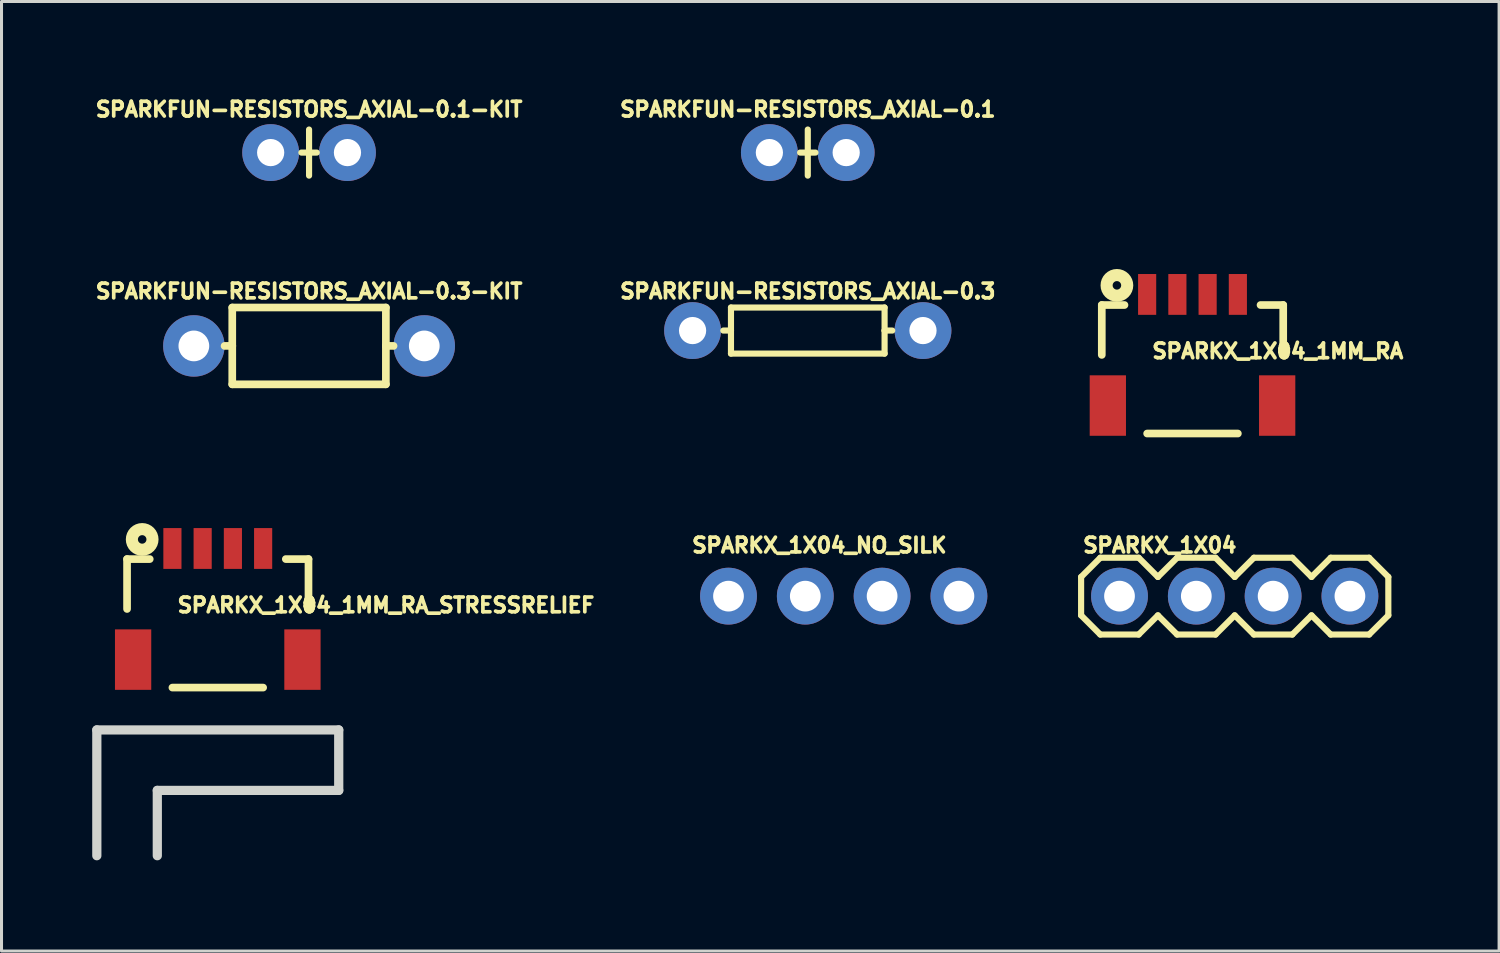
<source format=kicad_pcb>
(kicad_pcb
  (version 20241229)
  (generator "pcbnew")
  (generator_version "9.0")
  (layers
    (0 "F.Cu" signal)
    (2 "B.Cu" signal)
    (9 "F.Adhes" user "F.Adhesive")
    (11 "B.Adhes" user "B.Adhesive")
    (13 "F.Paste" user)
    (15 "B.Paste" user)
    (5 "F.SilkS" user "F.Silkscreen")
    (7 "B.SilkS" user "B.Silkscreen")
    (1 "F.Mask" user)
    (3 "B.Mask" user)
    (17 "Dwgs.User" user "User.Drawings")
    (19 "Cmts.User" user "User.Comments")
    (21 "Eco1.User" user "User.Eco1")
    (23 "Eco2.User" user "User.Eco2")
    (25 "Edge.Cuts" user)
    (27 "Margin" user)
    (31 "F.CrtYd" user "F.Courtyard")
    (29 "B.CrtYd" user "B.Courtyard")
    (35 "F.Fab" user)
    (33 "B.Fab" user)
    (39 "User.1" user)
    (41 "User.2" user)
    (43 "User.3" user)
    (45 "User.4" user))
  (footprint "SPARKFUN-RESISTORS_AXIAL-0.1"
    (layer "F.Cu")
    (at 23.664 1.996)
    (property "Reference" "SPARKFUN-RESISTORS_AXIAL-0.1" (at 0 -1.143 0) (unlocked yes) (layer "F.SilkS") (effects (font (size 0.488 0.488) (thickness 0.122)) (justify bottom)))
    (fp_line (start 0 0) (end -0.254 0) (stroke (width 0.203) (type solid)) (layer "F.SilkS"))
    (fp_line (start 0 0) (end 0 -0.762) (stroke (width 0.203) (type solid)) (layer "F.SilkS"))
    (fp_line (start 0 0.762) (end 0 0) (stroke (width 0.203) (type solid)) (layer "F.SilkS"))
    (fp_line (start 0.254 0) (end 0 0) (stroke (width 0.203) (type solid)) (layer "F.SilkS"))
    (pad "P$1" thru_hole circle (at -1.27 0) (size 1.88 1.88) (drill 0.9) (layers "*.Cu" "*.Mask"))
    (pad "P$2" thru_hole circle (at 1.27 0) (size 1.88 1.88) (drill 0.9) (layers "*.Cu" "*.Mask")))
  (footprint "SPARKX_1X04_1MM_RA"
    (layer "F.Cu")
    (at 36.387 6.687)
    (property "Reference" "SPARKX_1X04_1MM_RA" (at -1.397 2.159 0) (unlocked yes) (layer "F.SilkS") (effects (font (size 0.488 0.488) (thickness 0.122)) (justify left bottom)))
    (fp_line (start -3 0.35) (end -2.25 0.35) (stroke (width 0.254) (type solid)) (layer "F.SilkS"))
    (fp_line (start -3 2) (end -3 0.35) (stroke (width 0.254) (type solid)) (layer "F.SilkS"))
    (fp_line (start -1.5 4.6) (end 1.5 4.6) (stroke (width 0.254) (type solid)) (layer "F.SilkS"))
    (fp_line (start 2.25 0.35) (end 3 0.35) (stroke (width 0.254) (type solid)) (layer "F.SilkS"))
    (fp_line (start 3 0.35) (end 3 2) (stroke (width 0.254) (type solid)) (layer "F.SilkS"))
    (fp_circle (center -2.5 -0.3) (end -2.359 -0.3) (stroke (width 0.4) (type solid)) (fill no) (layer "F.SilkS"))
    (pad "1" smd rect (at -1.5 0) (size 0.6 1.35) (layers "F.Cu" "F.Mask" "F.Paste"))
    (pad "2" smd rect (at -0.5 0) (size 0.6 1.35) (layers "F.Cu" "F.Mask" "F.Paste"))
    (pad "3" smd rect (at 0.5 0) (size 0.6 1.35) (layers "F.Cu" "F.Mask" "F.Paste"))
    (pad "4" smd rect (at 1.5 0) (size 0.6 1.35) (layers "F.Cu" "F.Mask" "F.Paste"))
    (pad "NC1" smd rect (at 2.8 3.675) (size 1.2 2) (layers "F.Cu" "F.Mask" "F.Paste"))
    (pad "NC2" smd rect (at -2.8 3.675) (size 1.2 2) (layers "F.Cu" "F.Mask" "F.Paste")))
  (footprint "SPARKFUN-RESISTORS_AXIAL-0.1-KIT"
    (layer "F.Cu")
    (at 7.171 1.996)
    (property "Reference" "SPARKFUN-RESISTORS_AXIAL-0.1-KIT" (at 0 -1.143 0) (unlocked yes) (layer "F.SilkS") (effects (font (size 0.488 0.488) (thickness 0.122)) (justify bottom)))
    (fp_circle (center -1.27 0) (end -1.041 0) (stroke (width 0.457) (type solid)) (fill yes) (layer "F.Mask"))
    (fp_circle (center -1.27 0) (end -1.041 0) (stroke (width 0.457) (type solid)) (fill yes) (layer "F.Mask"))
    (fp_circle (center 1.27 0) (end 1.499 0) (stroke (width 0.457) (type solid)) (fill yes) (layer "F.Mask"))
    (fp_circle (center -1.27 0) (end -0.762 0) (stroke (width 1.016) (type solid)) (fill yes) (layer "B.Mask"))
    (fp_circle (center 1.27 0) (end 1.778 0) (stroke (width 1.016) (type solid)) (fill yes) (layer "B.Mask"))
    (fp_line (start 0 0) (end -0.254 0) (stroke (width 0.203) (type solid)) (layer "F.SilkS"))
    (fp_line (start 0 0) (end 0 -0.762) (stroke (width 0.203) (type solid)) (layer "F.SilkS"))
    (fp_line (start 0 0.762) (end 0 0) (stroke (width 0.203) (type solid)) (layer "F.SilkS"))
    (fp_line (start 0.254 0) (end 0 0) (stroke (width 0.203) (type solid)) (layer "F.SilkS"))
    (pad "P$1" thru_hole circle (at -1.27 0) (size 1.88 1.88) (drill 0.9) (layers "*.Cu"))
    (pad "P$2" thru_hole circle (at 1.27 0) (size 1.88 1.88) (drill 0.9) (layers "*.Cu")))
  (footprint "SPARKX_1X04_1MM_RA_STRESSRELIEF"
    (layer "F.Cu")
    (at 4.152 15.089)
    (property "Reference" "SPARKX_1X04_1MM_RA_STRESSRELIEF" (at -1.397 2.159 0) (unlocked yes) (layer "F.SilkS") (effects (font (size 0.488 0.488) (thickness 0.122)) (justify left bottom)))
    (fp_line (start -3 0.35) (end -2.25 0.35) (stroke (width 0.254) (type solid)) (layer "F.SilkS"))
    (fp_line (start -3 2) (end -3 0.35) (stroke (width 0.254) (type solid)) (layer "F.SilkS"))
    (fp_line (start -1.5 4.6) (end 1.5 4.6) (stroke (width 0.254) (type solid)) (layer "F.SilkS"))
    (fp_line (start 2.25 0.35) (end 3 0.35) (stroke (width 0.254) (type solid)) (layer "F.SilkS"))
    (fp_line (start 3 0.35) (end 3 2) (stroke (width 0.254) (type solid)) (layer "F.SilkS"))
    (fp_circle (center -2.5 -0.3) (end -2.359 -0.3) (stroke (width 0.4) (type solid)) (fill no) (layer "F.SilkS"))
    (fp_line (start -4 6) (end -4 10.16) (stroke (width 0.305) (type solid)) (layer "Edge.Cuts"))
    (fp_line (start -2 8) (end 4 8) (stroke (width 0.305) (type solid)) (layer "Edge.Cuts"))
    (fp_line (start -2 10.16) (end -2 8) (stroke (width 0.305) (type solid)) (layer "Edge.Cuts"))
    (fp_line (start 4 6) (end -4 6) (stroke (width 0.305) (type solid)) (layer "Edge.Cuts"))
    (fp_line (start 4 8) (end 4 6) (stroke (width 0.305) (type solid)) (layer "Edge.Cuts"))
    (pad "1" smd rect (at -1.5 0) (size 0.6 1.35) (layers "F.Cu" "F.Mask" "F.Paste"))
    (pad "2" smd rect (at -0.5 0) (size 0.6 1.35) (layers "F.Cu" "F.Mask" "F.Paste"))
    (pad "3" smd rect (at 0.5 0) (size 0.6 1.35) (layers "F.Cu" "F.Mask" "F.Paste"))
    (pad "4" smd rect (at 1.5 0) (size 0.6 1.35) (layers "F.Cu" "F.Mask" "F.Paste"))
    (pad "NC1" smd rect (at 2.8 3.675) (size 1.2 2) (layers "F.Cu" "F.Mask" "F.Paste"))
    (pad "NC2" smd rect (at -2.8 3.675) (size 1.2 2) (layers "F.Cu" "F.Mask" "F.Paste")))
  (footprint "SPARKX_1X04_NO_SILK"
    (layer "F.Cu")
    (at 21.042 16.665)
    (property "Reference" "SPARKX_1X04_NO_SILK" (at -1.27 -1.397 0) (unlocked yes) (layer "F.SilkS") (effects (font (size 0.488 0.488) (thickness 0.122)) (justify left bottom)))
    (fp_poly (pts (xy -0.254 0.254) (xy 0.254 0.254) (xy 0.254 -0.254) (xy -0.254 -0.254)) (stroke (width 0.1) (type default)) (fill no) (layer "F.Fab"))
    (fp_poly (pts (xy 2.286 0.254) (xy 2.794 0.254) (xy 2.794 -0.254) (xy 2.286 -0.254)) (stroke (width 0.1) (type default)) (fill no) (layer "F.Fab"))
    (fp_poly (pts (xy 4.826 0.254) (xy 5.334 0.254) (xy 5.334 -0.254) (xy 4.826 -0.254)) (stroke (width 0.1) (type default)) (fill no) (layer "F.Fab"))
    (fp_poly (pts (xy 7.366 0.254) (xy 7.874 0.254) (xy 7.874 -0.254) (xy 7.366 -0.254)) (stroke (width 0.1) (type default)) (fill no) (layer "F.Fab"))
    (pad "1" thru_hole circle (at 0 0 90) (size 1.88 1.88) (drill 1.016) (layers "*.Cu" "*.Mask"))
    (pad "2" thru_hole circle (at 2.54 0 90) (size 1.88 1.88) (drill 1.016) (layers "*.Cu" "*.Mask"))
    (pad "3" thru_hole circle (at 5.08 0 90) (size 1.88 1.88) (drill 1.016) (layers "*.Cu" "*.Mask"))
    (pad "4" thru_hole circle (at 7.62 0 90) (size 1.88 1.88) (drill 1.016) (layers "*.Cu" "*.Mask")))
  (footprint "SPARKFUN-RESISTORS_AXIAL-0.3-KIT"
    (layer "F.Cu")
    (at 7.171 8.39)
    (property "Reference" "SPARKFUN-RESISTORS_AXIAL-0.3-KIT" (at 0 -1.524 0) (unlocked yes) (layer "F.SilkS") (effects (font (size 0.488 0.488) (thickness 0.122)) (justify bottom)))
    (fp_poly (pts (xy -3.651 -0.483) (xy -3.509 -0.408) (xy -3.393 -0.289) (xy -3.303 0.006) (xy -3.33 0.166) (xy -3.402 0.305) (xy -3.514 0.415) (xy -3.655 0.486) (xy -3.75 0.5) (xy -3.751 0.516) (xy -3.963 0.488) (xy -4.104 0.42) (xy -4.22 0.309) (xy -4.319 0.027) (xy -4.297 -0.139) (xy -4.227 -0.286) (xy -4.111 -0.408) (xy -3.815 -0.512)) (stroke (width 0) (type default)) (fill yes) (layer "F.Mask"))
    (fp_poly (pts (xy 3.977 -0.491) (xy 4.119 -0.416) (xy 4.234 -0.296) (xy 4.325 -0.002) (xy 4.298 0.158) (xy 4.225 0.298) (xy 4.113 0.408) (xy 3.973 0.478) (xy 3.878 0.492) (xy 3.876 0.509) (xy 3.664 0.48) (xy 3.524 0.413) (xy 3.407 0.301) (xy 3.308 0.019) (xy 3.33 -0.147) (xy 3.401 -0.294) (xy 3.516 -0.416) (xy 3.796 -0.514) (xy 3.818 -0.455) (xy 3.829 -0.517)) (stroke (width 0) (type default)) (fill yes) (layer "F.Mask"))
    (fp_poly (pts (xy 4.019 -1.001) (xy 4.211 -0.94) (xy 4.387 -0.842) (xy 4.541 -0.712) (xy 4.666 -0.555) (xy 4.759 -0.376) (xy 4.815 -0.182) (xy 4.826 -0.043) (xy 4.838 -0.042) (xy 4.831 0.019) (xy 4.836 0.078) (xy 4.825 0.079) (xy 4.81 0.214) (xy 4.751 0.401) (xy 4.657 0.573) (xy 4.531 0.723) (xy 4.377 0.846) (xy 4.203 0.937) (xy 4.015 0.992) (xy 3.881 1.003) (xy 3.881 1.014) (xy 3.82 1.009) (xy 3.76 1.014) (xy 3.759 1.003) (xy 3.624 0.992) (xy 3.435 0.937) (xy 3.26 0.847) (xy 3.106 0.724) (xy 2.978 0.573) (xy 2.882 0.397) (xy 2.801 0.019) (xy 2.819 -0.185) (xy 2.875 -0.378) (xy 2.968 -0.557) (xy 3.094 -0.714) (xy 3.248 -0.844) (xy 3.427 -0.943) (xy 3.815 -1.024)) (stroke (width 0) (type default)) (fill yes) (layer "B.Mask"))
    (fp_poly (pts (xy -3.609 -0.994) (xy -3.417 -0.932) (xy -3.241 -0.835) (xy -3.087 -0.705) (xy -2.961 -0.547) (xy -2.869 -0.368) (xy -2.813 -0.174) (xy -2.801 -0.035) (xy -2.79 -0.034) (xy -2.796 0.026) (xy -2.791 0.086) (xy -2.803 0.087) (xy -2.818 0.221) (xy -2.877 0.408) (xy -2.971 0.58) (xy -3.097 0.731) (xy -3.25 0.854) (xy -3.424 0.944) (xy -3.613 0.999) (xy -3.746 1.011) (xy -3.747 1.021) (xy -3.807 1.016) (xy -3.868 1.022) (xy -3.869 1.011) (xy -4.003 1) (xy -4.193 0.945) (xy -4.368 0.854) (xy -4.522 0.731) (xy -4.649 0.58) (xy -4.746 0.405) (xy -4.814 0.084) (xy -4.831 0.083) (xy -4.809 -0.177) (xy -4.753 -0.371) (xy -4.66 -0.549) (xy -4.534 -0.707) (xy -4.38 -0.836) (xy -4.2 -0.935) (xy -3.813 -1.017)) (stroke (width 0) (type default)) (fill yes) (layer "B.Mask"))
    (fp_line (start -2.54 -1.27) (end 2.54 -1.27) (stroke (width 0.254) (type solid)) (layer "F.SilkS"))
    (fp_line (start -2.54 0) (end -2.794 0) (stroke (width 0.254) (type solid)) (layer "F.SilkS"))
    (fp_line (start -2.54 0) (end -2.54 -1.27) (stroke (width 0.254) (type solid)) (layer "F.SilkS"))
    (fp_line (start -2.54 1.27) (end -2.54 0) (stroke (width 0.254) (type solid)) (layer "F.SilkS"))
    (fp_line (start 2.54 -1.27) (end 2.54 0) (stroke (width 0.254) (type solid)) (layer "F.SilkS"))
    (fp_line (start 2.54 0) (end 2.54 1.27) (stroke (width 0.254) (type solid)) (layer "F.SilkS"))
    (fp_line (start 2.54 0) (end 2.794 0) (stroke (width 0.254) (type solid)) (layer "F.SilkS"))
    (fp_line (start 2.54 1.27) (end -2.54 1.27) (stroke (width 0.254) (type solid)) (layer "F.SilkS"))
    (pad "P$1" thru_hole circle (at -3.81 0) (size 2.032 2.032) (drill 1.016) (layers "*.Cu"))
    (pad "P$2" thru_hole circle (at 3.81 0) (size 2.032 2.032) (drill 1.016) (layers "*.Cu")))
  (footprint "SPARKFUN-RESISTORS_AXIAL-0.3"
    (layer "F.Cu")
    (at 23.664 7.882)
    (property "Reference" "SPARKFUN-RESISTORS_AXIAL-0.3" (at 0 -1.016 0) (unlocked yes) (layer "F.SilkS") (effects (font (size 0.488 0.488) (thickness 0.122)) (justify bottom)))
    (fp_line (start -2.54 -0.762) (end 2.54 -0.762) (stroke (width 0.203) (type solid)) (layer "F.SilkS"))
    (fp_line (start -2.54 0) (end -2.794 0) (stroke (width 0.203) (type solid)) (layer "F.SilkS"))
    (fp_line (start -2.54 0) (end -2.54 -0.762) (stroke (width 0.203) (type solid)) (layer "F.SilkS"))
    (fp_line (start -2.54 0.762) (end -2.54 0) (stroke (width 0.203) (type solid)) (layer "F.SilkS"))
    (fp_line (start 2.54 -0.762) (end 2.54 0) (stroke (width 0.203) (type solid)) (layer "F.SilkS"))
    (fp_line (start 2.54 0) (end 2.54 0.762) (stroke (width 0.203) (type solid)) (layer "F.SilkS"))
    (fp_line (start 2.54 0) (end 2.794 0) (stroke (width 0.203) (type solid)) (layer "F.SilkS"))
    (fp_line (start 2.54 0.762) (end -2.54 0.762) (stroke (width 0.203) (type solid)) (layer "F.SilkS"))
    (pad "P$1" thru_hole circle (at -3.81 0) (size 1.88 1.88) (drill 0.9) (layers "*.Cu" "*.Mask"))
    (pad "P$2" thru_hole circle (at 3.81 0) (size 1.88 1.88) (drill 0.9) (layers "*.Cu" "*.Mask")))
  (footprint "SPARKX_1X04"
    (layer "F.Cu")
    (at 33.973 16.665)
    (property "Reference" "SPARKX_1X04" (at -1.27 -1.397 0) (unlocked yes) (layer "F.SilkS") (effects (font (size 0.488 0.488) (thickness 0.122)) (justify left bottom)))
    (fp_line (start -1.27 -0.635) (end -1.27 0.635) (stroke (width 0.203) (type solid)) (layer "F.SilkS"))
    (fp_line (start -1.27 0.635) (end -0.635 1.27) (stroke (width 0.203) (type solid)) (layer "F.SilkS"))
    (fp_line (start -0.635 -1.27) (end -1.27 -0.635) (stroke (width 0.203) (type solid)) (layer "F.SilkS"))
    (fp_line (start -0.635 -1.27) (end 0.635 -1.27) (stroke (width 0.203) (type solid)) (layer "F.SilkS"))
    (fp_line (start 0.635 -1.27) (end 1.27 -0.635) (stroke (width 0.203) (type solid)) (layer "F.SilkS"))
    (fp_line (start 0.635 1.27) (end -0.635 1.27) (stroke (width 0.203) (type solid)) (layer "F.SilkS"))
    (fp_line (start 1.27 -0.635) (end 1.905 -1.27) (stroke (width 0.203) (type solid)) (layer "F.SilkS"))
    (fp_line (start 1.27 0.635) (end 0.635 1.27) (stroke (width 0.203) (type solid)) (layer "F.SilkS"))
    (fp_line (start 1.905 -1.27) (end 3.175 -1.27) (stroke (width 0.203) (type solid)) (layer "F.SilkS"))
    (fp_line (start 1.905 1.27) (end 1.27 0.635) (stroke (width 0.203) (type solid)) (layer "F.SilkS"))
    (fp_line (start 3.175 -1.27) (end 3.81 -0.635) (stroke (width 0.203) (type solid)) (layer "F.SilkS"))
    (fp_line (start 3.175 1.27) (end 1.905 1.27) (stroke (width 0.203) (type solid)) (layer "F.SilkS"))
    (fp_line (start 3.81 -0.635) (end 4.445 -1.27) (stroke (width 0.203) (type solid)) (layer "F.SilkS"))
    (fp_line (start 3.81 0.635) (end 3.175 1.27) (stroke (width 0.203) (type solid)) (layer "F.SilkS"))
    (fp_line (start 4.445 -1.27) (end 5.715 -1.27) (stroke (width 0.203) (type solid)) (layer "F.SilkS"))
    (fp_line (start 4.445 1.27) (end 3.81 0.635) (stroke (width 0.203) (type solid)) (layer "F.SilkS"))
    (fp_line (start 5.715 -1.27) (end 6.35 -0.635) (stroke (width 0.203) (type solid)) (layer "F.SilkS"))
    (fp_line (start 5.715 1.27) (end 4.445 1.27) (stroke (width 0.203) (type solid)) (layer "F.SilkS"))
    (fp_line (start 6.35 0.635) (end 5.715 1.27) (stroke (width 0.203) (type solid)) (layer "F.SilkS"))
    (fp_line (start 6.35 0.635) (end 6.985 1.27) (stroke (width 0.203) (type solid)) (layer "F.SilkS"))
    (fp_line (start 6.985 -1.27) (end 6.35 -0.635) (stroke (width 0.203) (type solid)) (layer "F.SilkS"))
    (fp_line (start 6.985 -1.27) (end 8.255 -1.27) (stroke (width 0.203) (type solid)) (layer "F.SilkS"))
    (fp_line (start 8.255 -1.27) (end 8.89 -0.635) (stroke (width 0.203) (type solid)) (layer "F.SilkS"))
    (fp_line (start 8.255 1.27) (end 6.985 1.27) (stroke (width 0.203) (type solid)) (layer "F.SilkS"))
    (fp_line (start 8.89 -0.635) (end 8.89 0.635) (stroke (width 0.203) (type solid)) (layer "F.SilkS"))
    (fp_line (start 8.89 0.635) (end 8.255 1.27) (stroke (width 0.203) (type solid)) (layer "F.SilkS"))
    (fp_poly (pts (xy -0.254 0.254) (xy 0.254 0.254) (xy 0.254 -0.254) (xy -0.254 -0.254)) (stroke (width 0.1) (type default)) (fill no) (layer "F.Fab"))
    (fp_poly (pts (xy 2.286 0.254) (xy 2.794 0.254) (xy 2.794 -0.254) (xy 2.286 -0.254)) (stroke (width 0.1) (type default)) (fill no) (layer "F.Fab"))
    (fp_poly (pts (xy 4.826 0.254) (xy 5.334 0.254) (xy 5.334 -0.254) (xy 4.826 -0.254)) (stroke (width 0.1) (type default)) (fill no) (layer "F.Fab"))
    (fp_poly (pts (xy 7.366 0.254) (xy 7.874 0.254) (xy 7.874 -0.254) (xy 7.366 -0.254)) (stroke (width 0.1) (type default)) (fill no) (layer "F.Fab"))
    (pad "1" thru_hole circle (at 0 0 90) (size 1.88 1.88) (drill 1.016) (layers "*.Cu" "*.Mask"))
    (pad "2" thru_hole circle (at 2.54 0 90) (size 1.88 1.88) (drill 1.016) (layers "*.Cu" "*.Mask"))
    (pad "3" thru_hole circle (at 5.08 0 90) (size 1.88 1.88) (drill 1.016) (layers "*.Cu" "*.Mask"))
    (pad "4" thru_hole circle (at 7.62 0 90) (size 1.88 1.88) (drill 1.016) (layers "*.Cu" "*.Mask")))
  (gr_rect
    (start -3 -3)
    (end 46.526 28.402)
    (stroke (width 0.1) (type default))
    (fill no)
    (layer "Edge.Cuts")))
</source>
